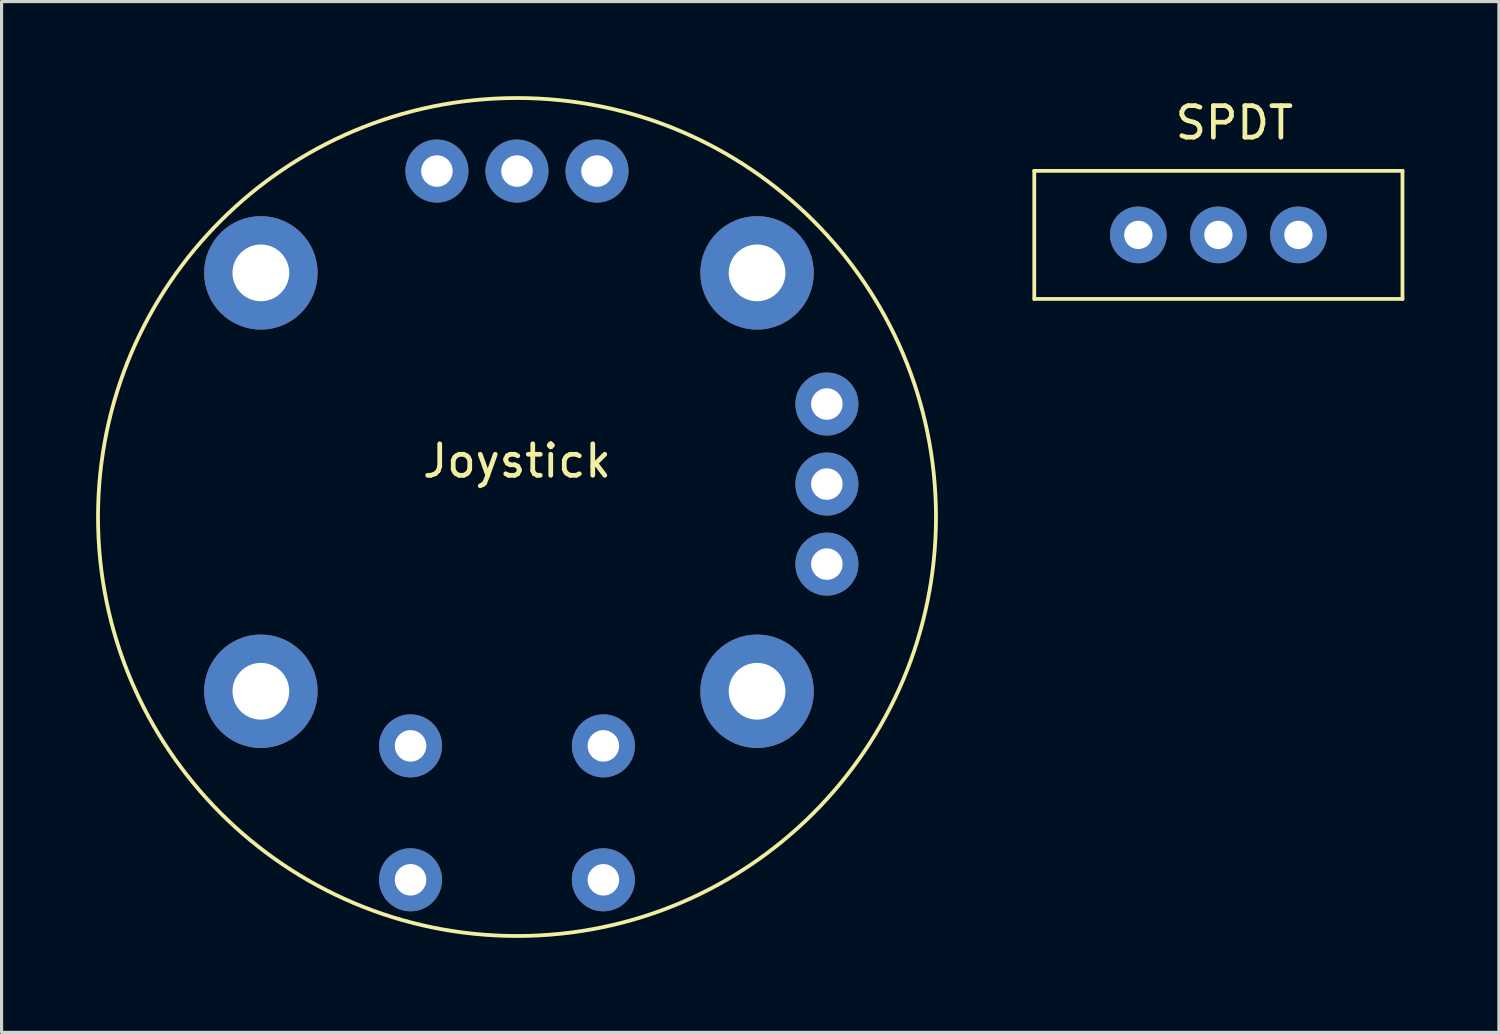
<source format=kicad_pcb>
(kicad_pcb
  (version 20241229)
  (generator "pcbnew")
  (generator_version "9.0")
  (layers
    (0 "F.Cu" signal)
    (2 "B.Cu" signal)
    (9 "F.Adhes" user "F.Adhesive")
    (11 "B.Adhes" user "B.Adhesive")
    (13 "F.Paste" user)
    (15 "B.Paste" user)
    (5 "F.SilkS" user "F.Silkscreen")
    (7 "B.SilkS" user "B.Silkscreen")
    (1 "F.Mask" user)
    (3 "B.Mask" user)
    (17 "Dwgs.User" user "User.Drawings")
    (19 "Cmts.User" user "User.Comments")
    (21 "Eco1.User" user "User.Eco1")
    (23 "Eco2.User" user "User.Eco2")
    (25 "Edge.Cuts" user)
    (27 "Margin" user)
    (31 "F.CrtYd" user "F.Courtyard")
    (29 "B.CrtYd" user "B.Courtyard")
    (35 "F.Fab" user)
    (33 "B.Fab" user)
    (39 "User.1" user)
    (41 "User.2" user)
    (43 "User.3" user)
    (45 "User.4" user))
  (footprint "SPDT"
    (layer "F.Cu")
    (at 35.613 1.61)
    (property "Reference" "SPDT" (at 0.508 -0.762 0) (layer "F.SilkS") (effects (font (size 1 1) (thickness 0.15))))
    (attr through_hole)
    (fp_line (start -5.842 0.762) (end 5.842 0.762) (stroke (width 0.12) (type solid)) (layer "F.SilkS"))
    (fp_line (start -5.842 4.826) (end -5.842 0.762) (stroke (width 0.12) (type solid)) (layer "F.SilkS"))
    (fp_line (start 5.84 4.826) (end -5.84 4.826) (stroke (width 0.12) (type solid)) (layer "F.SilkS"))
    (fp_line (start 5.842 0.762) (end 5.842 4.826) (stroke (width 0.12) (type solid)) (layer "F.SilkS"))
    (pad "1" thru_hole circle (at -2.54 2.794) (size 1.8 1.8) (drill 0.9) (layers "*.Cu" "*.Mask"))
    (pad "2" thru_hole circle (at 0 2.794) (size 1.8 1.8) (drill 0.9) (layers "*.Cu" "*.Mask"))
    (pad "3" thru_hole circle (at 2.54 2.794) (size 1.8 1.8) (drill 0.9) (layers "*.Cu" "*.Mask")))
  (footprint "Joystick"
    (layer "F.Cu")
    (at 5.228 5.736)
    (property "Reference" "Joystick" (at 8.128 5.842 0) (layer "F.SilkS") (effects (font (size 1 1) (thickness 0.15))))
    (attr through_hole)
    (fp_circle (center 8.128 7.62) (end 21.336 9.144) (stroke (width 0.12) (type solid)) (fill no) (layer "F.SilkS"))
    (pad "1" thru_hole circle (at 5.587 -3.358) (size 2 2) (drill 1) (layers "*.Cu" "*.Mask"))
    (pad "2" thru_hole circle (at 8.127 -3.358) (size 2 2) (drill 1) (layers "*.Cu" "*.Mask"))
    (pad "3" thru_hole circle (at 10.667 -3.358) (size 2 2) (drill 1) (layers "*.Cu" "*.Mask"))
    (pad "4" thru_hole circle (at 17.961 4.035) (size 2 2) (drill 1) (layers "*.Cu" "*.Mask"))
    (pad "5" thru_hole circle (at 17.961 6.575) (size 2 2) (drill 1) (layers "*.Cu" "*.Mask"))
    (pad "6" thru_hole circle (at 17.961 9.115) (size 2 2) (drill 1) (layers "*.Cu" "*.Mask"))
    (pad "7" thru_hole circle (at 4.75 14.883) (size 2 2) (drill 1) (layers "*.Cu" "*.Mask"))
    (pad "8" thru_hole circle (at 10.869 14.883) (size 2 2) (drill 1) (layers "*.Cu" "*.Mask"))
    (pad "9" thru_hole circle (at 4.75 19.133) (size 2 2) (drill 1) (layers "*.Cu" "*.Mask"))
    (pad "10" thru_hole circle (at 10.869 19.133) (size 2 2) (drill 1) (layers "*.Cu" "*.Mask"))
    (pad "11" thru_hole circle (at 0 -0.127) (size 3.6 3.6) (drill 1.8) (layers "*.Cu" "*.Mask"))
    (pad "12" thru_hole circle (at 15.746 -0.127) (size 3.6 3.6) (drill 1.8) (layers "*.Cu" "*.Mask"))
    (pad "13" thru_hole circle (at 0 13.15) (size 3.6 3.6) (drill 1.8) (layers "*.Cu" "*.Mask"))
    (pad "14" thru_hole circle (at 15.746 13.15) (size 3.6 3.6) (drill 1.8) (layers "*.Cu" "*.Mask")))
  (gr_rect
    (start -3 -3)
    (end 44.515 29.711)
    (stroke (width 0.1) (type default))
    (fill no)
    (layer "Edge.Cuts")))
</source>
